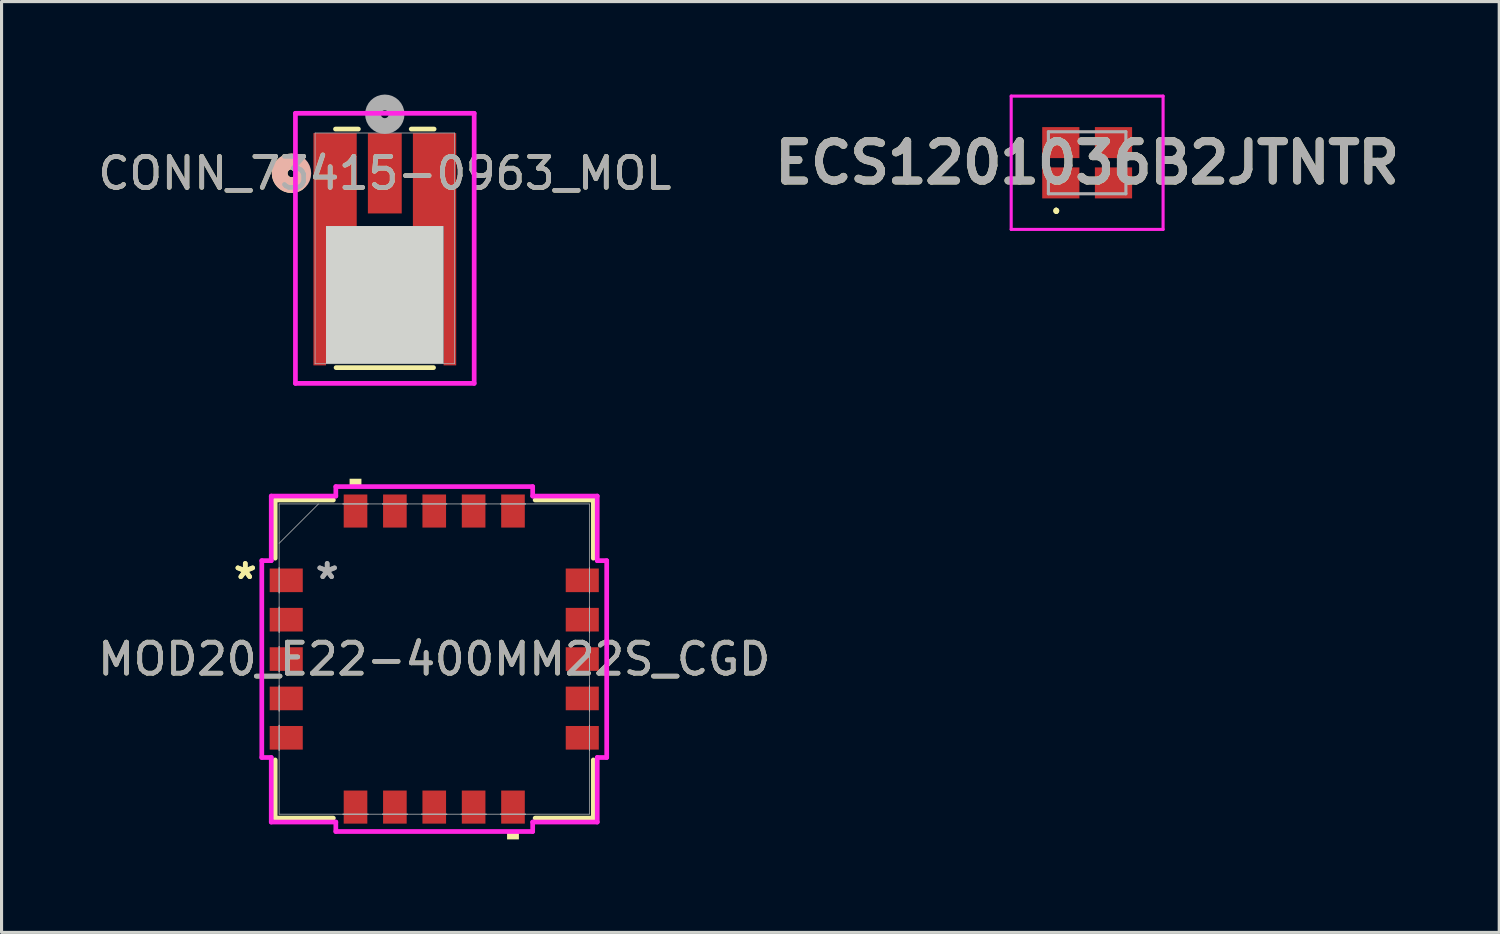
<source format=kicad_pcb>
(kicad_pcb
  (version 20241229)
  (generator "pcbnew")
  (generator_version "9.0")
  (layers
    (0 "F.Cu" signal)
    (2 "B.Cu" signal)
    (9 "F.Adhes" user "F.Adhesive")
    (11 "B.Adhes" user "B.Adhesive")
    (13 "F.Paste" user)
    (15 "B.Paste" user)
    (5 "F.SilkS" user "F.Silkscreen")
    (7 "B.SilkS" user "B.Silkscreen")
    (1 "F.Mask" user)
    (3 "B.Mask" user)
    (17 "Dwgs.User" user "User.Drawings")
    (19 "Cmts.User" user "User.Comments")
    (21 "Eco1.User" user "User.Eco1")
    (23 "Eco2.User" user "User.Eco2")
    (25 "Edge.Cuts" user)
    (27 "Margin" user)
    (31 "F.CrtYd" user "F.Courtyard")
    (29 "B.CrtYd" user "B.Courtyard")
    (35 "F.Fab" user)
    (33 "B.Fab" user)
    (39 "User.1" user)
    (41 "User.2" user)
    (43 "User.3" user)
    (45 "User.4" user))
  (footprint "ECS1201036B2JTNTR"
    (layer "F.Cu")
    (at 32.019 2.2)
    (property "Reference" "ECS1201036B2JTNTR" (at 0 0 0) (layer "F.SilkS") (effects (font (size 1.27 1.27) (thickness 0.254))))
    (attr smd)
    (fp_line (start -1 1.5) (end -1 1.5) (stroke (width 0.1) (type solid)) (layer "F.SilkS"))
    (fp_line (start -1 1.6) (end -1 1.6) (stroke (width 0.1) (type solid)) (layer "F.SilkS"))
    (fp_line (start -1 1.6) (end -1 1.6) (stroke (width 0.1) (type solid)) (layer "F.SilkS"))
    (fp_arc (start -1 1.5) (mid -0.95 1.55) (end -1 1.6) (stroke (width 0.1) (type solid)) (layer "F.SilkS"))
    (fp_arc (start -1 1.5) (mid -0.95 1.55) (end -1 1.6) (stroke (width 0.1) (type solid)) (layer "F.SilkS"))
    (fp_arc (start -1 1.6) (mid -1.05 1.55) (end -1 1.5) (stroke (width 0.1) (type solid)) (layer "F.SilkS"))
    (fp_line (start -2.45 -2.15) (end 2.45 -2.15) (stroke (width 0.1) (type solid)) (layer "F.CrtYd"))
    (fp_line (start -2.45 2.15) (end -2.45 -2.15) (stroke (width 0.1) (type solid)) (layer "F.CrtYd"))
    (fp_line (start 2.45 -2.15) (end 2.45 2.15) (stroke (width 0.1) (type solid)) (layer "F.CrtYd"))
    (fp_line (start 2.45 2.15) (end -2.45 2.15) (stroke (width 0.1) (type solid)) (layer "F.CrtYd"))
    (fp_line (start -1.25 -1) (end -1.25 1) (stroke (width 0.1) (type solid)) (layer "F.Fab"))
    (fp_line (start -1.25 1) (end 1.25 1) (stroke (width 0.1) (type solid)) (layer "F.Fab"))
    (fp_line (start 1.25 -1) (end -1.25 -1) (stroke (width 0.1) (type solid)) (layer "F.Fab"))
    (fp_line (start 1.25 1) (end 1.25 -1) (stroke (width 0.1) (type solid)) (layer "F.Fab"))
    (fp_text user "${REFERENCE}" (at 0 0 0) (layer "F.Fab") (effects (font (size 1.27 1.27) (thickness 0.254))))
    (pad "1" smd rect (at -0.85 0.65 90) (size 1 1.2) (layers "F.Cu" "F.Mask" "F.Paste"))
    (pad "2" smd rect (at 0.85 0.65 90) (size 1 1.2) (layers "F.Cu" "F.Mask" "F.Paste"))
    (pad "3" smd rect (at 0.85 -0.65 90) (size 1 1.2) (layers "F.Cu" "F.Mask" "F.Paste"))
    (pad "4" smd rect (at -0.85 -0.65 90) (size 1 1.2) (layers "F.Cu" "F.Mask" "F.Paste")))
  (footprint "MOD20_E22-400MM22S_CGD"
    (layer "F.Cu")
    (at 10.958 18.21)
    (property "Reference" "MOD20_E22-400MM22S_CGD" (at 0 0 0) (unlocked yes) (layer "F.SilkS") (effects (font (size 1 1) (thickness 0.15))))
    (attr smd)
    (fp_line (start -5.131 -5.131) (end -5.131 -3.254) (stroke (width 0.152) (type solid)) (layer "F.SilkS"))
    (fp_line (start -5.131 3.254) (end -5.131 5.131) (stroke (width 0.152) (type solid)) (layer "F.SilkS"))
    (fp_line (start -5.131 5.131) (end -3.254 5.131) (stroke (width 0.152) (type solid)) (layer "F.SilkS"))
    (fp_line (start -3.254 -5.131) (end -5.131 -5.131) (stroke (width 0.152) (type solid)) (layer "F.SilkS"))
    (fp_line (start 3.254 5.131) (end 5.131 5.131) (stroke (width 0.152) (type solid)) (layer "F.SilkS"))
    (fp_line (start 5.131 -5.131) (end 3.254 -5.131) (stroke (width 0.152) (type solid)) (layer "F.SilkS"))
    (fp_line (start 5.131 -3.254) (end 5.131 -5.131) (stroke (width 0.152) (type solid)) (layer "F.SilkS"))
    (fp_line (start 5.131 5.131) (end 5.131 3.254) (stroke (width 0.152) (type solid)) (layer "F.SilkS"))
    (fp_poly (pts (xy -2.731 -5.563) (xy -2.731 -5.817) (xy -2.349 -5.817) (xy -2.349 -5.563)) (stroke (width 0) (type solid)) (fill yes) (layer "F.SilkS"))
    (fp_poly (pts (xy 2.349 5.563) (xy 2.349 5.817) (xy 2.731 5.817) (xy 2.731 5.563)) (stroke (width 0) (type solid)) (fill yes) (layer "F.SilkS"))
    (fp_line (start -5.563 -3.175) (end -5.258 -3.175) (stroke (width 0.152) (type solid)) (layer "F.CrtYd"))
    (fp_line (start -5.563 3.175) (end -5.563 -3.175) (stroke (width 0.152) (type solid)) (layer "F.CrtYd"))
    (fp_line (start -5.258 -5.258) (end -3.175 -5.258) (stroke (width 0.152) (type solid)) (layer "F.CrtYd"))
    (fp_line (start -5.258 -3.175) (end -5.258 -5.258) (stroke (width 0.152) (type solid)) (layer "F.CrtYd"))
    (fp_line (start -5.258 3.175) (end -5.563 3.175) (stroke (width 0.152) (type solid)) (layer "F.CrtYd"))
    (fp_line (start -5.258 5.258) (end -5.258 3.175) (stroke (width 0.152) (type solid)) (layer "F.CrtYd"))
    (fp_line (start -3.175 -5.563) (end 3.175 -5.563) (stroke (width 0.152) (type solid)) (layer "F.CrtYd"))
    (fp_line (start -3.175 -5.258) (end -3.175 -5.563) (stroke (width 0.152) (type solid)) (layer "F.CrtYd"))
    (fp_line (start -3.175 5.258) (end -5.258 5.258) (stroke (width 0.152) (type solid)) (layer "F.CrtYd"))
    (fp_line (start -3.175 5.563) (end -3.175 5.258) (stroke (width 0.152) (type solid)) (layer "F.CrtYd"))
    (fp_line (start 3.175 -5.563) (end 3.175 -5.258) (stroke (width 0.152) (type solid)) (layer "F.CrtYd"))
    (fp_line (start 3.175 -5.258) (end 5.258 -5.258) (stroke (width 0.152) (type solid)) (layer "F.CrtYd"))
    (fp_line (start 3.175 5.258) (end 3.175 5.563) (stroke (width 0.152) (type solid)) (layer "F.CrtYd"))
    (fp_line (start 3.175 5.563) (end -3.175 5.563) (stroke (width 0.152) (type solid)) (layer "F.CrtYd"))
    (fp_line (start 5.258 -5.258) (end 5.258 -3.175) (stroke (width 0.152) (type solid)) (layer "F.CrtYd"))
    (fp_line (start 5.258 -3.175) (end 5.563 -3.175) (stroke (width 0.152) (type solid)) (layer "F.CrtYd"))
    (fp_line (start 5.258 3.175) (end 5.258 5.258) (stroke (width 0.152) (type solid)) (layer "F.CrtYd"))
    (fp_line (start 5.258 5.258) (end 3.175 5.258) (stroke (width 0.152) (type solid)) (layer "F.CrtYd"))
    (fp_line (start 5.563 -3.175) (end 5.563 3.175) (stroke (width 0.152) (type solid)) (layer "F.CrtYd"))
    (fp_line (start 5.563 3.175) (end 5.258 3.175) (stroke (width 0.152) (type solid)) (layer "F.CrtYd"))
    (fp_line (start -5.004 -5.004) (end -5.004 5.004) (stroke (width 0.025) (type solid)) (layer "F.Fab"))
    (fp_line (start -5.004 -3.734) (end -3.734 -5.004) (stroke (width 0.025) (type solid)) (layer "F.Fab"))
    (fp_line (start -5.004 -2.946) (end -5.004 -2.946) (stroke (width 0.025) (type solid)) (layer "F.Fab"))
    (fp_line (start -5.004 -2.946) (end -5.004 -2.134) (stroke (width 0.025) (type solid)) (layer "F.Fab"))
    (fp_line (start -5.004 -2.134) (end -5.004 -2.946) (stroke (width 0.025) (type solid)) (layer "F.Fab"))
    (fp_line (start -5.004 -2.134) (end -5.004 -2.134) (stroke (width 0.025) (type solid)) (layer "F.Fab"))
    (fp_line (start -5.004 -1.676) (end -5.004 -1.676) (stroke (width 0.025) (type solid)) (layer "F.Fab"))
    (fp_line (start -5.004 -1.676) (end -5.004 -0.864) (stroke (width 0.025) (type solid)) (layer "F.Fab"))
    (fp_line (start -5.004 -0.864) (end -5.004 -1.676) (stroke (width 0.025) (type solid)) (layer "F.Fab"))
    (fp_line (start -5.004 -0.864) (end -5.004 -0.864) (stroke (width 0.025) (type solid)) (layer "F.Fab"))
    (fp_line (start -5.004 -0.406) (end -5.004 -0.406) (stroke (width 0.025) (type solid)) (layer "F.Fab"))
    (fp_line (start -5.004 -0.406) (end -5.004 0.406) (stroke (width 0.025) (type solid)) (layer "F.Fab"))
    (fp_line (start -5.004 0.406) (end -5.004 -0.406) (stroke (width 0.025) (type solid)) (layer "F.Fab"))
    (fp_line (start -5.004 0.406) (end -5.004 0.406) (stroke (width 0.025) (type solid)) (layer "F.Fab"))
    (fp_line (start -5.004 0.864) (end -5.004 0.864) (stroke (width 0.025) (type solid)) (layer "F.Fab"))
    (fp_line (start -5.004 0.864) (end -5.004 1.676) (stroke (width 0.025) (type solid)) (layer "F.Fab"))
    (fp_line (start -5.004 1.676) (end -5.004 0.864) (stroke (width 0.025) (type solid)) (layer "F.Fab"))
    (fp_line (start -5.004 1.676) (end -5.004 1.676) (stroke (width 0.025) (type solid)) (layer "F.Fab"))
    (fp_line (start -5.004 2.134) (end -5.004 2.134) (stroke (width 0.025) (type solid)) (layer "F.Fab"))
    (fp_line (start -5.004 2.134) (end -5.004 2.946) (stroke (width 0.025) (type solid)) (layer "F.Fab"))
    (fp_line (start -5.004 2.946) (end -5.004 2.134) (stroke (width 0.025) (type solid)) (layer "F.Fab"))
    (fp_line (start -5.004 2.946) (end -5.004 2.946) (stroke (width 0.025) (type solid)) (layer "F.Fab"))
    (fp_line (start -5.004 5.004) (end 5.004 5.004) (stroke (width 0.025) (type solid)) (layer "F.Fab"))
    (fp_line (start -2.946 -5.004) (end -2.946 -5.004) (stroke (width 0.025) (type solid)) (layer "F.Fab"))
    (fp_line (start -2.946 -5.004) (end -2.134 -5.004) (stroke (width 0.025) (type solid)) (layer "F.Fab"))
    (fp_line (start -2.946 5.004) (end -2.946 5.004) (stroke (width 0.025) (type solid)) (layer "F.Fab"))
    (fp_line (start -2.946 5.004) (end -2.134 5.004) (stroke (width 0.025) (type solid)) (layer "F.Fab"))
    (fp_line (start -2.134 -5.004) (end -2.946 -5.004) (stroke (width 0.025) (type solid)) (layer "F.Fab"))
    (fp_line (start -2.134 -5.004) (end -2.134 -5.004) (stroke (width 0.025) (type solid)) (layer "F.Fab"))
    (fp_line (start -2.134 5.004) (end -2.946 5.004) (stroke (width 0.025) (type solid)) (layer "F.Fab"))
    (fp_line (start -2.134 5.004) (end -2.134 5.004) (stroke (width 0.025) (type solid)) (layer "F.Fab"))
    (fp_line (start -1.676 -5.004) (end -1.676 -5.004) (stroke (width 0.025) (type solid)) (layer "F.Fab"))
    (fp_line (start -1.676 -5.004) (end -0.864 -5.004) (stroke (width 0.025) (type solid)) (layer "F.Fab"))
    (fp_line (start -1.676 5.004) (end -1.676 5.004) (stroke (width 0.025) (type solid)) (layer "F.Fab"))
    (fp_line (start -1.676 5.004) (end -0.864 5.004) (stroke (width 0.025) (type solid)) (layer "F.Fab"))
    (fp_line (start -0.864 -5.004) (end -1.676 -5.004) (stroke (width 0.025) (type solid)) (layer "F.Fab"))
    (fp_line (start -0.864 -5.004) (end -0.864 -5.004) (stroke (width 0.025) (type solid)) (layer "F.Fab"))
    (fp_line (start -0.864 5.004) (end -1.676 5.004) (stroke (width 0.025) (type solid)) (layer "F.Fab"))
    (fp_line (start -0.864 5.004) (end -0.864 5.004) (stroke (width 0.025) (type solid)) (layer "F.Fab"))
    (fp_line (start -0.406 -5.004) (end -0.406 -5.004) (stroke (width 0.025) (type solid)) (layer "F.Fab"))
    (fp_line (start -0.406 -5.004) (end 0.406 -5.004) (stroke (width 0.025) (type solid)) (layer "F.Fab"))
    (fp_line (start -0.406 5.004) (end -0.406 5.004) (stroke (width 0.025) (type solid)) (layer "F.Fab"))
    (fp_line (start -0.406 5.004) (end 0.406 5.004) (stroke (width 0.025) (type solid)) (layer "F.Fab"))
    (fp_line (start 0.406 -5.004) (end -0.406 -5.004) (stroke (width 0.025) (type solid)) (layer "F.Fab"))
    (fp_line (start 0.406 -5.004) (end 0.406 -5.004) (stroke (width 0.025) (type solid)) (layer "F.Fab"))
    (fp_line (start 0.406 5.004) (end -0.406 5.004) (stroke (width 0.025) (type solid)) (layer "F.Fab"))
    (fp_line (start 0.406 5.004) (end 0.406 5.004) (stroke (width 0.025) (type solid)) (layer "F.Fab"))
    (fp_line (start 0.864 -5.004) (end 0.864 -5.004) (stroke (width 0.025) (type solid)) (layer "F.Fab"))
    (fp_line (start 0.864 -5.004) (end 1.676 -5.004) (stroke (width 0.025) (type solid)) (layer "F.Fab"))
    (fp_line (start 0.864 5.004) (end 0.864 5.004) (stroke (width 0.025) (type solid)) (layer "F.Fab"))
    (fp_line (start 0.864 5.004) (end 1.676 5.004) (stroke (width 0.025) (type solid)) (layer "F.Fab"))
    (fp_line (start 1.676 -5.004) (end 0.864 -5.004) (stroke (width 0.025) (type solid)) (layer "F.Fab"))
    (fp_line (start 1.676 -5.004) (end 1.676 -5.004) (stroke (width 0.025) (type solid)) (layer "F.Fab"))
    (fp_line (start 1.676 5.004) (end 0.864 5.004) (stroke (width 0.025) (type solid)) (layer "F.Fab"))
    (fp_line (start 1.676 5.004) (end 1.676 5.004) (stroke (width 0.025) (type solid)) (layer "F.Fab"))
    (fp_line (start 2.134 -5.004) (end 2.134 -5.004) (stroke (width 0.025) (type solid)) (layer "F.Fab"))
    (fp_line (start 2.134 -5.004) (end 2.946 -5.004) (stroke (width 0.025) (type solid)) (layer "F.Fab"))
    (fp_line (start 2.134 5.004) (end 2.134 5.004) (stroke (width 0.025) (type solid)) (layer "F.Fab"))
    (fp_line (start 2.134 5.004) (end 2.946 5.004) (stroke (width 0.025) (type solid)) (layer "F.Fab"))
    (fp_line (start 2.946 -5.004) (end 2.134 -5.004) (stroke (width 0.025) (type solid)) (layer "F.Fab"))
    (fp_line (start 2.946 -5.004) (end 2.946 -5.004) (stroke (width 0.025) (type solid)) (layer "F.Fab"))
    (fp_line (start 2.946 5.004) (end 2.134 5.004) (stroke (width 0.025) (type solid)) (layer "F.Fab"))
    (fp_line (start 2.946 5.004) (end 2.946 5.004) (stroke (width 0.025) (type solid)) (layer "F.Fab"))
    (fp_line (start 5.004 -5.004) (end -5.004 -5.004) (stroke (width 0.025) (type solid)) (layer "F.Fab"))
    (fp_line (start 5.004 -2.946) (end 5.004 -2.946) (stroke (width 0.025) (type solid)) (layer "F.Fab"))
    (fp_line (start 5.004 -2.946) (end 5.004 -2.134) (stroke (width 0.025) (type solid)) (layer "F.Fab"))
    (fp_line (start 5.004 -2.134) (end 5.004 -2.946) (stroke (width 0.025) (type solid)) (layer "F.Fab"))
    (fp_line (start 5.004 -2.134) (end 5.004 -2.134) (stroke (width 0.025) (type solid)) (layer "F.Fab"))
    (fp_line (start 5.004 -1.676) (end 5.004 -1.676) (stroke (width 0.025) (type solid)) (layer "F.Fab"))
    (fp_line (start 5.004 -1.676) (end 5.004 -0.864) (stroke (width 0.025) (type solid)) (layer "F.Fab"))
    (fp_line (start 5.004 -0.864) (end 5.004 -1.676) (stroke (width 0.025) (type solid)) (layer "F.Fab"))
    (fp_line (start 5.004 -0.864) (end 5.004 -0.864) (stroke (width 0.025) (type solid)) (layer "F.Fab"))
    (fp_line (start 5.004 -0.406) (end 5.004 -0.406) (stroke (width 0.025) (type solid)) (layer "F.Fab"))
    (fp_line (start 5.004 -0.406) (end 5.004 0.406) (stroke (width 0.025) (type solid)) (layer "F.Fab"))
    (fp_line (start 5.004 0.406) (end 5.004 -0.406) (stroke (width 0.025) (type solid)) (layer "F.Fab"))
    (fp_line (start 5.004 0.406) (end 5.004 0.406) (stroke (width 0.025) (type solid)) (layer "F.Fab"))
    (fp_line (start 5.004 0.864) (end 5.004 0.864) (stroke (width 0.025) (type solid)) (layer "F.Fab"))
    (fp_line (start 5.004 0.864) (end 5.004 1.676) (stroke (width 0.025) (type solid)) (layer "F.Fab"))
    (fp_line (start 5.004 1.676) (end 5.004 0.864) (stroke (width 0.025) (type solid)) (layer "F.Fab"))
    (fp_line (start 5.004 1.676) (end 5.004 1.676) (stroke (width 0.025) (type solid)) (layer "F.Fab"))
    (fp_line (start 5.004 2.134) (end 5.004 2.134) (stroke (width 0.025) (type solid)) (layer "F.Fab"))
    (fp_line (start 5.004 2.134) (end 5.004 2.946) (stroke (width 0.025) (type solid)) (layer "F.Fab"))
    (fp_line (start 5.004 2.946) (end 5.004 2.134) (stroke (width 0.025) (type solid)) (layer "F.Fab"))
    (fp_line (start 5.004 2.946) (end 5.004 2.946) (stroke (width 0.025) (type solid)) (layer "F.Fab"))
    (fp_line (start 5.004 5.004) (end 5.004 -5.004) (stroke (width 0.025) (type solid)) (layer "F.Fab"))
    (fp_text user "*" (at -6.096 -2.54 0) (layer "F.SilkS") (effects (font (size 1 1) (thickness 0.15))))
    (fp_text user "*" (at -6.096 -2.54 0) (unlocked yes) (layer "F.SilkS") (effects (font (size 1 1) (thickness 0.15))))
    (fp_text user "${REFERENCE}" (at 0 0 0) (unlocked yes) (layer "F.Fab") (effects (font (size 1 1) (thickness 0.15))))
    (fp_text user "*" (at -3.454 -2.54 0) (layer "F.Fab") (effects (font (size 1 1) (thickness 0.15))))
    (fp_text user "*" (at -3.454 -2.54 0) (unlocked yes) (layer "F.Fab") (effects (font (size 1 1) (thickness 0.15))))
    (pad "1" smd rect (at -4.775 -2.54 90) (size 0.762 1.067) (layers "F.Cu" "F.Mask" "F.Paste"))
    (pad "2" smd rect (at -4.775 -1.27 90) (size 0.762 1.067) (layers "F.Cu" "F.Mask" "F.Paste"))
    (pad "3" smd rect (at -4.775 0 90) (size 0.762 1.067) (layers "F.Cu" "F.Mask" "F.Paste"))
    (pad "4" smd rect (at -4.775 1.27 90) (size 0.762 1.067) (layers "F.Cu" "F.Mask" "F.Paste"))
    (pad "5" smd rect (at -4.775 2.54 90) (size 0.762 1.067) (layers "F.Cu" "F.Mask" "F.Paste"))
    (pad "6" smd rect (at -2.54 4.775) (size 0.762 1.067) (layers "F.Cu" "F.Mask" "F.Paste"))
    (pad "7" smd rect (at -1.27 4.775) (size 0.762 1.067) (layers "F.Cu" "F.Mask" "F.Paste"))
    (pad "8" smd rect (at 0 4.775) (size 0.762 1.067) (layers "F.Cu" "F.Mask" "F.Paste"))
    (pad "9" smd rect (at 1.27 4.775) (size 0.762 1.067) (layers "F.Cu" "F.Mask" "F.Paste"))
    (pad "10" smd rect (at 2.54 4.775) (size 0.762 1.067) (layers "F.Cu" "F.Mask" "F.Paste"))
    (pad "11" smd rect (at 4.775 2.54 90) (size 0.762 1.067) (layers "F.Cu" "F.Mask" "F.Paste"))
    (pad "12" smd rect (at 4.775 1.27 90) (size 0.762 1.067) (layers "F.Cu" "F.Mask" "F.Paste"))
    (pad "13" smd rect (at 4.775 0 90) (size 0.762 1.067) (layers "F.Cu" "F.Mask" "F.Paste"))
    (pad "14" smd rect (at 4.775 -1.27 90) (size 0.762 1.067) (layers "F.Cu" "F.Mask" "F.Paste"))
    (pad "15" smd rect (at 4.775 -2.54 90) (size 0.762 1.067) (layers "F.Cu" "F.Mask" "F.Paste"))
    (pad "16" smd rect (at 2.54 -4.775) (size 0.762 1.067) (layers "F.Cu" "F.Mask" "F.Paste"))
    (pad "17" smd rect (at 1.27 -4.775) (size 0.762 1.067) (layers "F.Cu" "F.Mask" "F.Paste"))
    (pad "18" smd rect (at 0 -4.775) (size 0.762 1.067) (layers "F.Cu" "F.Mask" "F.Paste"))
    (pad "19" smd rect (at -1.27 -4.775) (size 0.762 1.067) (layers "F.Cu" "F.Mask" "F.Paste"))
    (pad "20" smd rect (at -2.54 -4.775) (size 0.762 1.067) (layers "F.Cu" "F.Mask" "F.Paste")))
  (footprint "CONN_73415-0963_MOL"
    (layer "F.Cu")
    (at 9.363 4.961)
    (property "Reference" "CONN_73415-0963_MOL" (at 0 -2.421 0) (unlocked yes) (layer "F.SilkS") (effects (font (size 1 1) (thickness 0.15))))
    (attr smd)
    (fp_poly (pts (xy -1.922 -0.72) (xy -0.906 -0.72) (xy -0.906 -3.718) (xy -1.897 -3.718)) (stroke (width 0) (type solid)) (fill yes) (layer "F.Cu"))
    (fp_poly (pts (xy 1.922 -0.72) (xy 0.906 -0.72) (xy 0.906 -3.718) (xy 1.922 -3.718)) (stroke (width 0) (type solid)) (fill yes) (layer "F.Cu"))
    (fp_line (start -1.572 3.848) (end 1.572 3.848) (stroke (width 0.152) (type solid)) (layer "F.SilkS"))
    (fp_line (start -0.852 -3.848) (end -1.591 -3.848) (stroke (width 0.152) (type solid)) (layer "F.SilkS"))
    (fp_line (start 1.591 -3.848) (end 0.852 -3.848) (stroke (width 0.152) (type solid)) (layer "F.SilkS"))
    (fp_arc (start -2.813738 -2.094479) (mid -3.3909 -2.4211) (end -2.813738 -2.747722) (stroke (width 0.508) (type solid)) (layer "F.SilkS"))
    (fp_circle (center -3.01 -2.421) (end -2.629 -2.421) (stroke (width 0.508) (type solid)) (fill no) (layer "B.SilkS"))
    (fp_poly (pts (xy -1.922 -0.72) (xy -0.906 -0.72) (xy -0.906 -3.718) (xy -1.897 -3.718)) (stroke (width 0) (type solid)) (fill yes) (layer "F.Paste"))
    (fp_poly (pts (xy 1.922 -0.72) (xy 0.906 -0.72) (xy 0.906 -3.718) (xy 1.922 -3.718)) (stroke (width 0) (type solid)) (fill yes) (layer "F.Paste"))
    (fp_poly (pts (xy -1.897 -0.72) (xy -1.897 3.721) (xy 1.897 3.721) (xy 1.897 -0.72)) (stroke (width 0) (type solid)) (fill yes) (layer "Edge.Cuts"))
    (fp_line (start -2.883 -4.356) (end -2.883 4.356) (stroke (width 0.152) (type solid)) (layer "F.CrtYd"))
    (fp_line (start -2.883 4.356) (end 2.883 4.356) (stroke (width 0.152) (type solid)) (layer "F.CrtYd"))
    (fp_line (start 2.883 -4.356) (end -2.883 -4.356) (stroke (width 0.152) (type solid)) (layer "F.CrtYd"))
    (fp_line (start 2.883 4.356) (end 2.883 -4.356) (stroke (width 0.152) (type solid)) (layer "F.CrtYd"))
    (fp_line (start -2.248 -3.721) (end -2.248 3.721) (stroke (width 0.025) (type solid)) (layer "F.Fab"))
    (fp_line (start -2.248 3.721) (end 2.248 3.721) (stroke (width 0.025) (type solid)) (layer "F.Fab"))
    (fp_line (start 2.248 -3.721) (end -2.248 -3.721) (stroke (width 0.025) (type solid)) (layer "F.Fab"))
    (fp_line (start 2.248 3.721) (end 2.248 -3.721) (stroke (width 0.025) (type solid)) (layer "F.Fab"))
    (fp_circle (center 0 -4.326) (end 0.381 -4.326) (stroke (width 0.508) (type solid)) (fill no) (layer "F.Fab"))
    (fp_text user "${REFERENCE}" (at 0 -2.421 0) (unlocked yes) (layer "F.Fab") (effects (font (size 1 1) (thickness 0.15))))
    (pad "1" smd rect (at 0 -2.421) (size 1.092 2.591) (layers "F.Cu" "F.Mask" "F.Paste"))
    (pad "2" smd rect (at -2.1 0.029 90) (size 7.493 0.406) (layers "F.Cu" "F.Mask" "F.Paste"))
    (pad "3" smd rect (at 2.1 0.029 90) (size 7.493 0.406) (layers "F.Cu" "F.Mask" "F.Paste")))
  (gr_rect
    (start -3 -3)
    (end 45.312 27.027)
    (stroke (width 0.1) (type default))
    (fill no)
    (layer "Edge.Cuts")))
</source>
